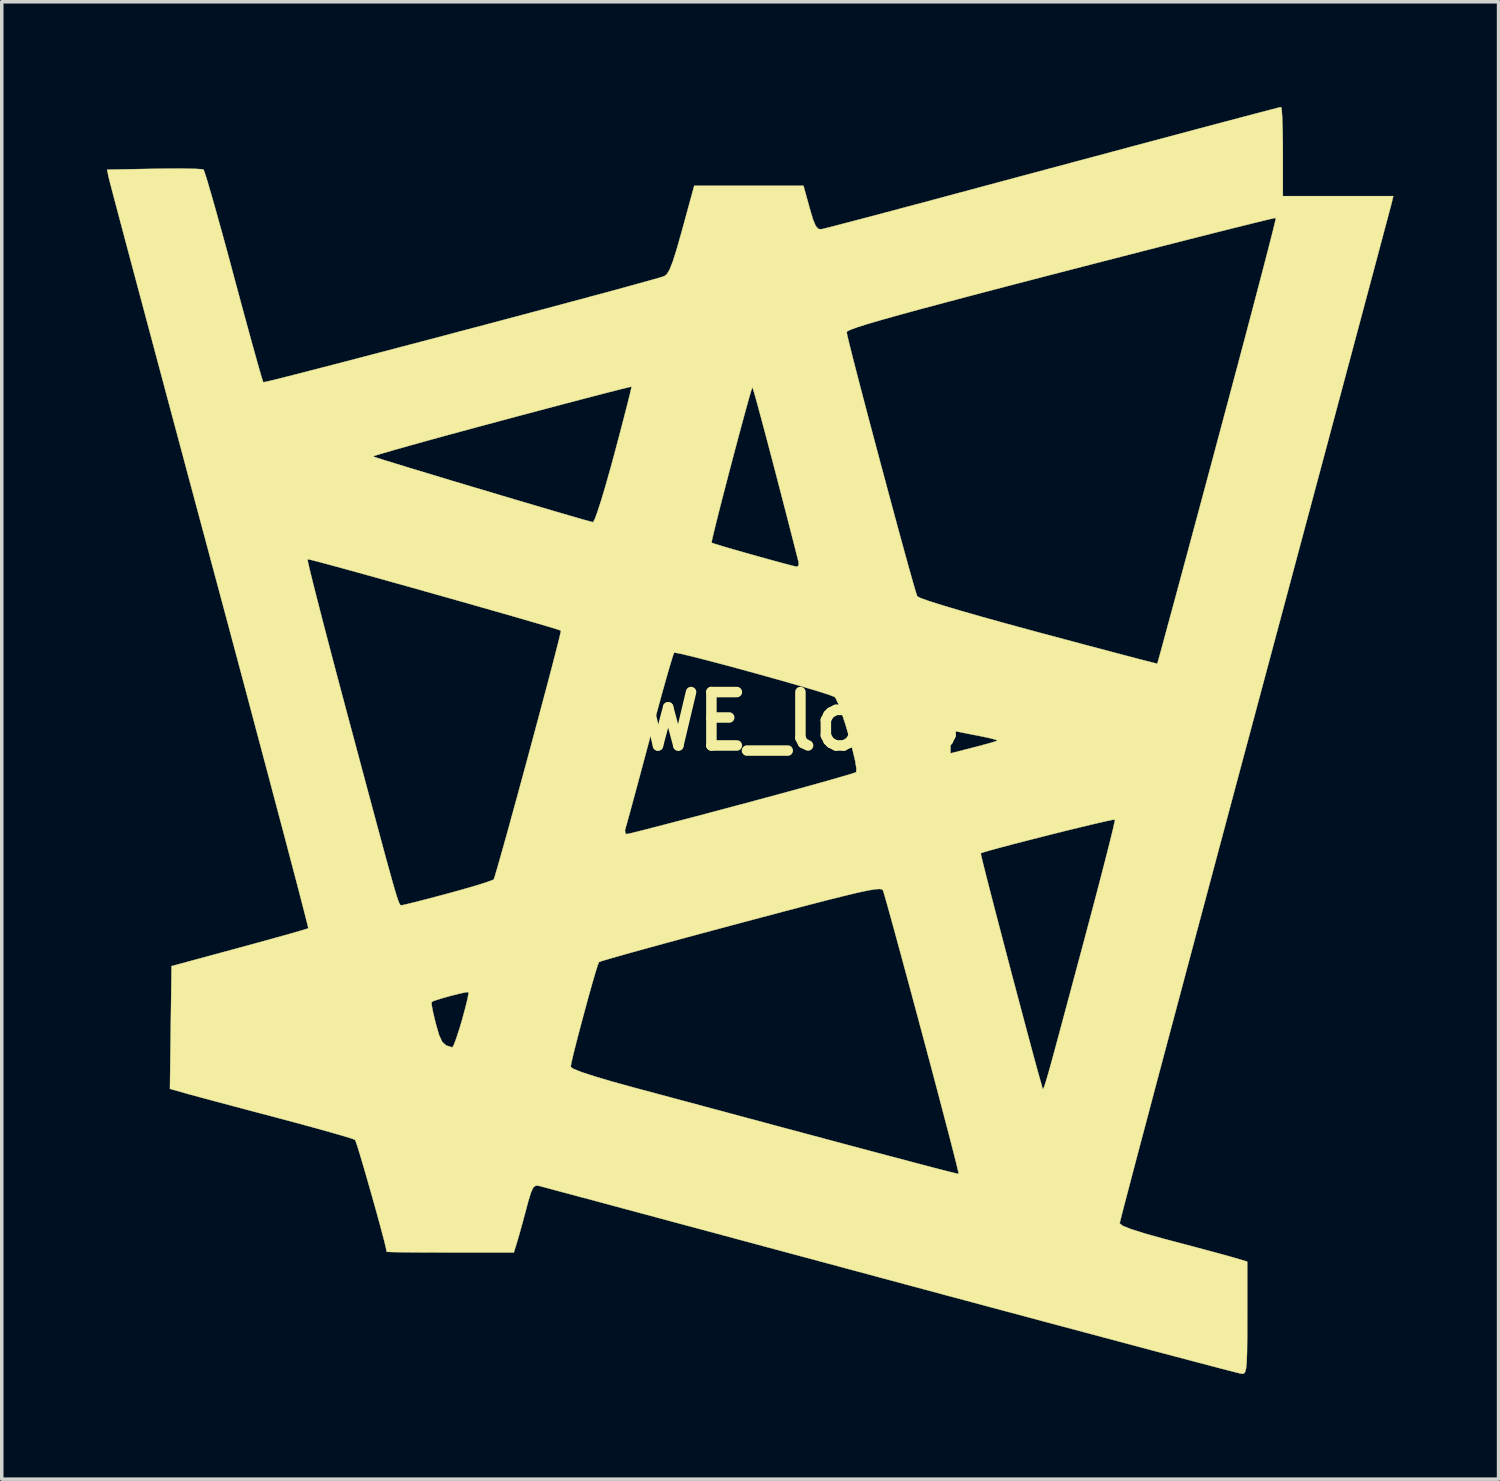
<source format=kicad_pcb>
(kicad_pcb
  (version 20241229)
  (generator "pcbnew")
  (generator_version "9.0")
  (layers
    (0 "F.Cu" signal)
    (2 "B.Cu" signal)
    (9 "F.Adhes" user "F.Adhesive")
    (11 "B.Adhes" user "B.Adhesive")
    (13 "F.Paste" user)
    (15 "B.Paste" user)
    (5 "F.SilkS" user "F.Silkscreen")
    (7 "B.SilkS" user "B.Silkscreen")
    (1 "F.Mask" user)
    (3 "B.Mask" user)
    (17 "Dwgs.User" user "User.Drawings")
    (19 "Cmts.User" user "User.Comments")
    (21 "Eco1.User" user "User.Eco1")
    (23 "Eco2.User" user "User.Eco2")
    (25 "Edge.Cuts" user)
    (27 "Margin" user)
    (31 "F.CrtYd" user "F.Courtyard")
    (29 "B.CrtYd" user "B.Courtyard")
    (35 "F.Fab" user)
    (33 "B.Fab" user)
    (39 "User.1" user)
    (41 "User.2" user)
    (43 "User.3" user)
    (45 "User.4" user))
  (footprint "WE_logo"
    (layer "F.Cu")
    (at 19.752 17.531)
    (property "Reference" "WE_logo" (at 0 0 0) (layer "F.SilkS") (effects (font (size 1.524 1.524) (thickness 0.3))))
    (attr through_hole)
    (fp_poly (pts (xy 13.769 -17.446) (xy 13.783 -17.226) (xy 13.794 -16.896) (xy 13.8 -16.484) (xy 13.801 -16.256) (xy 13.801 -14.986) (xy 16.952 -14.986) (xy 16.896 -14.753) (xy 16.868 -14.648) (xy 16.799 -14.387) (xy 16.69 -13.98) (xy 16.545 -13.435) (xy 16.365 -12.759) (xy 16.152 -11.963) (xy 15.909 -11.053) (xy 15.638 -10.039) (xy 15.341 -8.929) (xy 15.021 -7.732) (xy 14.679 -6.455) (xy 14.318 -5.107) (xy 13.941 -3.697) (xy 13.549 -2.234) (xy 13.145 -0.725) (xy 12.992 -0.153) (xy 12.584 1.369) (xy 12.189 2.847) (xy 11.808 4.274) (xy 11.443 5.64) (xy 11.097 6.937) (xy 10.772 8.158) (xy 10.469 9.294) (xy 10.192 10.335) (xy 9.943 11.276) (xy 9.723 12.105) (xy 9.535 12.817) (xy 9.382 13.401) (xy 9.264 13.85) (xy 9.186 14.155) (xy 9.148 14.309) (xy 9.144 14.325) (xy 9.226 14.392) (xy 9.468 14.489) (xy 9.863 14.614) (xy 10.404 14.765) (xy 10.562 14.807) (xy 11.062 14.939) (xy 11.534 15.065) (xy 11.943 15.175) (xy 12.251 15.26) (xy 12.383 15.297) (xy 12.785 15.416) (xy 12.785 17.021) (xy 12.784 17.581) (xy 12.779 17.994) (xy 12.769 18.281) (xy 12.751 18.465) (xy 12.723 18.568) (xy 12.684 18.611) (xy 12.636 18.618) (xy 12.537 18.595) (xy 12.285 18.531) (xy 11.889 18.428) (xy 11.36 18.289) (xy 10.709 18.117) (xy 9.944 17.914) (xy 9.078 17.683) (xy 8.119 17.428) (xy 7.077 17.149) (xy 5.964 16.851) (xy 4.789 16.536) (xy 3.562 16.207) (xy 2.625 15.955) (xy 1.365 15.616) (xy 0.149 15.289) (xy -1.012 14.977) (xy -2.11 14.681) (xy -3.134 14.406) (xy -4.073 14.154) (xy -4.917 13.927) (xy -5.656 13.728) (xy -6.28 13.561) (xy -6.779 13.427) (xy -7.142 13.33) (xy -7.36 13.271) (xy -7.42 13.255) (xy -7.512 13.247) (xy -7.583 13.298) (xy -7.65 13.438) (xy -7.729 13.696) (xy -7.785 13.907) (xy -7.882 14.268) (xy -7.974 14.6) (xy -8.044 14.842) (xy -8.055 14.88) (xy -8.141 15.155) (xy -9.955 15.155) (xy -10.489 15.154) (xy -10.96 15.152) (xy -11.345 15.148) (xy -11.619 15.143) (xy -11.757 15.137) (xy -11.769 15.134) (xy -11.791 15.02) (xy -11.851 14.778) (xy -11.941 14.44) (xy -12.051 14.036) (xy -12.174 13.597) (xy -12.3 13.154) (xy -12.42 12.738) (xy -12.526 12.38) (xy -12.609 12.111) (xy -12.661 11.962) (xy -12.671 11.942) (xy -12.769 11.904) (xy -13.009 11.83) (xy -13.368 11.727) (xy -13.823 11.6) (xy -14.354 11.455) (xy -14.901 11.309) (xy -15.507 11.149) (xy -16.082 10.997) (xy -16.599 10.859) (xy -17.03 10.743) (xy -17.349 10.657) (xy -17.507 10.613) (xy -17.953 10.486) (xy -17.945 9.859) (xy -6.519 9.859) (xy -6.439 9.918) (xy -6.204 10.011) (xy -5.826 10.134) (xy -5.315 10.285) (xy -4.72 10.449) (xy -3.234 10.848) (xy -1.904 11.205) (xy -0.722 11.523) (xy 0.318 11.801) (xy 1.224 12.044) (xy 2.003 12.252) (xy 2.663 12.427) (xy 3.21 12.572) (xy 3.653 12.689) (xy 3.998 12.779) (xy 4.254 12.844) (xy 4.426 12.887) (xy 4.524 12.909) (xy 4.553 12.913) (xy 4.536 12.83) (xy 4.48 12.599) (xy 4.388 12.236) (xy 4.264 11.757) (xy 4.112 11.178) (xy 3.938 10.515) (xy 3.744 9.783) (xy 3.534 8.998) (xy 3.514 8.923) (xy 3.301 8.129) (xy 3.1 7.382) (xy 2.915 6.7) (xy 2.751 6.098) (xy 2.612 5.592) (xy 2.503 5.2) (xy 2.428 4.938) (xy 2.391 4.821) (xy 2.39 4.819) (xy 2.359 4.793) (xy 2.286 4.783) (xy 2.159 4.793) (xy 1.964 4.826) (xy 1.689 4.884) (xy 1.321 4.972) (xy 0.846 5.09) (xy 0.251 5.244) (xy -0.477 5.435) (xy -1.35 5.667) (xy -1.666 5.751) (xy -2.459 5.963) (xy -3.202 6.163) (xy -3.879 6.347) (xy -4.473 6.51) (xy -4.969 6.648) (xy -5.351 6.757) (xy -5.603 6.831) (xy -5.709 6.867) (xy -5.711 6.868) (xy -5.749 6.963) (xy -5.819 7.189) (xy -5.914 7.515) (xy -6.024 7.908) (xy -6.14 8.336) (xy -6.255 8.766) (xy -6.359 9.166) (xy -6.444 9.503) (xy -6.5 9.746) (xy -6.519 9.859) (xy -17.945 9.859) (xy -17.93 8.735) (xy -17.92 8.008) (xy -10.489 8.008) (xy -10.485 8.098) (xy -10.445 8.308) (xy -10.376 8.595) (xy -10.367 8.63) (xy -10.274 8.952) (xy -10.185 9.145) (xy -10.071 9.249) (xy -9.908 9.301) (xy -9.897 9.304) (xy -9.853 9.232) (xy -9.778 9.032) (xy -9.683 8.738) (xy -9.623 8.536) (xy -9.531 8.198) (xy -9.464 7.928) (xy -9.432 7.761) (xy -9.433 7.726) (xy -9.521 7.733) (xy -9.716 7.775) (xy -9.965 7.839) (xy -10.213 7.909) (xy -10.407 7.971) (xy -10.489 8.008) (xy -17.92 8.008) (xy -17.907 6.985) (xy -15.971 6.46) (xy -15.425 6.311) (xy -14.937 6.176) (xy -14.529 6.062) (xy -14.223 5.974) (xy -14.044 5.92) (xy -14.005 5.905) (xy -14.023 5.822) (xy -14.083 5.584) (xy -14.181 5.202) (xy -14.315 4.686) (xy -14.484 4.045) (xy -14.683 3.288) (xy -14.912 2.426) (xy -15.166 1.468) (xy -15.444 0.424) (xy -15.742 -0.697) (xy -16.059 -1.885) (xy -16.392 -3.13) (xy -16.739 -4.422) (xy -16.794 -4.627) (xy -14.028 -4.627) (xy -14.014 -4.54) (xy -13.96 -4.305) (xy -13.869 -3.936) (xy -13.745 -3.449) (xy -13.593 -2.858) (xy -13.416 -2.179) (xy -13.218 -1.425) (xy -13.002 -0.613) (xy -12.869 -0.114) (xy -12.583 0.953) (xy -12.338 1.869) (xy -12.13 2.644) (xy -11.956 3.291) (xy -11.813 3.821) (xy -11.696 4.245) (xy -11.604 4.576) (xy -11.532 4.825) (xy -11.478 5.003) (xy -11.437 5.123) (xy -11.407 5.196) (xy -11.385 5.234) (xy -11.367 5.248) (xy -11.349 5.249) (xy -11.344 5.249) (xy -11.24 5.228) (xy -11.003 5.17) (xy -10.664 5.083) (xy -10.251 4.975) (xy -10.024 4.914) (xy -9.587 4.793) (xy -9.209 4.683) (xy -8.919 4.592) (xy -8.748 4.529) (xy -8.716 4.512) (xy -8.684 4.422) (xy -8.615 4.19) (xy -8.514 3.836) (xy -8.494 3.765) (xy 5.181 3.765) (xy 5.197 3.848) (xy 5.252 4.074) (xy 5.339 4.421) (xy 5.454 4.868) (xy 5.59 5.395) (xy 5.743 5.98) (xy 5.906 6.603) (xy 6.074 7.243) (xy 6.242 7.877) (xy 6.404 8.486) (xy 6.554 9.049) (xy 6.687 9.543) (xy 6.798 9.949) (xy 6.881 10.246) (xy 6.918 10.372) (xy 6.93 10.421) (xy 6.939 10.464) (xy 6.949 10.489) (xy 6.965 10.482) (xy 6.989 10.432) (xy 7.026 10.324) (xy 7.079 10.147) (xy 7.153 9.887) (xy 7.251 9.531) (xy 7.376 9.068) (xy 7.533 8.483) (xy 7.726 7.764) (xy 7.958 6.898) (xy 8.037 6.605) (xy 8.242 5.836) (xy 8.432 5.119) (xy 8.602 4.469) (xy 8.748 3.903) (xy 8.866 3.437) (xy 8.952 3.087) (xy 9.001 2.87) (xy 9.011 2.802) (xy 8.925 2.814) (xy 8.703 2.861) (xy 8.373 2.938) (xy 7.964 3.036) (xy 7.503 3.149) (xy 7.019 3.271) (xy 6.539 3.393) (xy 6.091 3.508) (xy 5.704 3.611) (xy 5.405 3.693) (xy 5.223 3.748) (xy 5.181 3.765) (xy -8.494 3.765) (xy -8.386 3.381) (xy -8.31 3.108) (xy -4.971 3.108) (xy -4.956 3.205) (xy -4.916 3.217) (xy -4.815 3.196) (xy -4.569 3.136) (xy -4.196 3.04) (xy -3.714 2.915) (xy -3.141 2.765) (xy -2.496 2.595) (xy -1.797 2.408) (xy -1.626 2.363) (xy -0.918 2.172) (xy -0.262 1.994) (xy 0.325 1.832) (xy 0.825 1.692) (xy 1.219 1.579) (xy 1.49 1.499) (xy 1.619 1.455) (xy 1.627 1.451) (xy 1.634 1.347) (xy 1.596 1.12) (xy 1.523 0.81) (xy 1.462 0.582) (xy 4.318 0.582) (xy 4.318 0.914) (xy 4.974 0.746) (xy 5.284 0.664) (xy 5.522 0.597) (xy 5.649 0.556) (xy 5.658 0.55) (xy 5.598 0.521) (xy 5.414 0.474) (xy 5.193 0.427) (xy 4.889 0.368) (xy 4.628 0.316) (xy 4.508 0.291) (xy 4.386 0.283) (xy 4.331 0.356) (xy 4.318 0.553) (xy 4.318 0.582) (xy 1.462 0.582) (xy 1.428 0.454) (xy 1.321 0.09) (xy 1.212 -0.244) (xy 1.113 -0.51) (xy 1.035 -0.67) (xy 1.011 -0.696) (xy 0.885 -0.746) (xy 0.628 -0.83) (xy 0.266 -0.94) (xy -0.176 -1.069) (xy -0.673 -1.21) (xy -1.199 -1.357) (xy -1.729 -1.503) (xy -2.236 -1.639) (xy -2.697 -1.76) (xy -3.085 -1.858) (xy -3.374 -1.927) (xy -3.54 -1.958) (xy -3.568 -1.958) (xy -3.603 -1.866) (xy -3.675 -1.63) (xy -3.779 -1.272) (xy -3.908 -0.813) (xy -4.056 -0.271) (xy -4.219 0.33) (xy -4.276 0.546) (xy -4.442 1.167) (xy -4.595 1.738) (xy -4.73 2.237) (xy -4.84 2.642) (xy -4.921 2.934) (xy -4.965 3.09) (xy -4.971 3.108) (xy -8.31 3.108) (xy -8.238 2.845) (xy -8.074 2.248) (xy -7.9 1.611) (xy -7.722 0.954) (xy -7.545 0.297) (xy -7.375 -0.34) (xy -7.216 -0.935) (xy -7.075 -1.469) (xy -6.958 -1.922) (xy -6.868 -2.273) (xy -6.813 -2.502) (xy -6.797 -2.588) (xy -6.797 -2.588) (xy -6.89 -2.621) (xy -7.123 -2.692) (xy -7.479 -2.797) (xy -7.935 -2.93) (xy -8.473 -3.085) (xy -9.073 -3.256) (xy -9.713 -3.438) (xy -10.375 -3.625) (xy -11.038 -3.812) (xy -11.682 -3.992) (xy -12.287 -4.161) (xy -12.833 -4.312) (xy -13.3 -4.44) (xy -13.667 -4.539) (xy -13.916 -4.603) (xy -14.025 -4.627) (xy -14.028 -4.627) (xy -16.794 -4.627) (xy -16.814 -4.703) (xy -16.919 -5.096) (xy -2.499 -5.096) (xy -2.413 -5.065) (xy -2.198 -4.999) (xy -1.89 -4.909) (xy -1.524 -4.804) (xy -1.136 -4.695) (xy -0.76 -4.591) (xy -0.431 -4.502) (xy -0.186 -4.438) (xy -0.059 -4.409) (xy -0.054 -4.408) (xy -0.009 -4.47) (xy -0.018 -4.551) (xy -0.22 -5.342) (xy -0.418 -6.112) (xy -0.608 -6.845) (xy -0.785 -7.523) (xy -0.945 -8.13) (xy -1.084 -8.65) (xy -1.196 -9.064) (xy -1.278 -9.357) (xy -1.325 -9.511) (xy -1.334 -9.531) (xy -1.366 -9.442) (xy -1.432 -9.217) (xy -1.525 -8.88) (xy -1.64 -8.458) (xy -1.769 -7.978) (xy -1.905 -7.464) (xy -2.042 -6.942) (xy -2.172 -6.439) (xy -2.29 -5.98) (xy -2.387 -5.592) (xy -2.458 -5.299) (xy -2.496 -5.129) (xy -2.499 -5.096) (xy -16.919 -5.096) (xy -17.164 -6.009) (xy -17.503 -7.272) (xy -17.579 -7.558) (xy -12.158 -7.558) (xy -12.073 -7.527) (xy -11.847 -7.455) (xy -11.501 -7.349) (xy -11.058 -7.213) (xy -10.538 -7.056) (xy -9.964 -6.882) (xy -9.356 -6.7) (xy -8.736 -6.515) (xy -8.127 -6.333) (xy -7.548 -6.162) (xy -7.023 -6.007) (xy -6.572 -5.875) (xy -6.217 -5.772) (xy -5.98 -5.706) (xy -5.882 -5.681) (xy -5.836 -5.757) (xy -5.756 -5.974) (xy -5.647 -6.31) (xy -5.518 -6.743) (xy -5.375 -7.25) (xy -5.28 -7.599) (xy -5.136 -8.142) (xy -5.009 -8.628) (xy -4.905 -9.033) (xy -4.829 -9.336) (xy -4.788 -9.512) (xy -4.783 -9.548) (xy -4.866 -9.531) (xy -5.096 -9.475) (xy -5.457 -9.383) (xy -5.932 -9.26) (xy -6.505 -9.11) (xy -7.159 -8.937) (xy -7.879 -8.746) (xy -8.496 -8.581) (xy -9.255 -8.377) (xy -9.96 -8.186) (xy -10.594 -8.012) (xy -11.143 -7.859) (xy -11.589 -7.733) (xy -11.917 -7.638) (xy -12.111 -7.578) (xy -12.158 -7.558) (xy -17.579 -7.558) (xy -17.827 -8.482) (xy -18.134 -9.63) (xy -18.421 -10.704) (xy -18.686 -11.697) (xy -18.927 -12.597) (xy -19.14 -13.395) (xy -19.322 -14.08) (xy -19.472 -14.644) (xy -19.586 -15.076) (xy -19.662 -15.365) (xy -19.697 -15.503) (xy -19.699 -15.511) (xy -19.747 -15.74) (xy -18.404 -15.765) (xy -17.942 -15.771) (xy -17.541 -15.77) (xy -17.23 -15.764) (xy -17.039 -15.752) (xy -16.996 -15.743) (xy -16.96 -15.653) (xy -16.886 -15.417) (xy -16.78 -15.056) (xy -16.646 -14.585) (xy -16.49 -14.026) (xy -16.317 -13.395) (xy -16.133 -12.712) (xy -16.132 -12.705) (xy -15.948 -12.022) (xy -15.777 -11.391) (xy -15.624 -10.832) (xy -15.493 -10.362) (xy -15.391 -10) (xy -15.321 -9.764) (xy -15.29 -9.674) (xy -15.29 -9.674) (xy -15.206 -9.69) (xy -14.973 -9.745) (xy -14.61 -9.836) (xy -14.131 -9.958) (xy -13.553 -10.108) (xy -12.891 -10.279) (xy -12.162 -10.47) (xy -11.382 -10.675) (xy -10.566 -10.889) (xy -9.745 -11.106) (xy 1.355 -11.106) (xy 1.376 -10.997) (xy 1.437 -10.745) (xy 1.531 -10.37) (xy 1.654 -9.892) (xy 1.8 -9.333) (xy 1.963 -8.712) (xy 2.139 -8.049) (xy 2.321 -7.365) (xy 2.505 -6.68) (xy 2.684 -6.015) (xy 2.853 -5.389) (xy 3.008 -4.824) (xy 3.142 -4.339) (xy 3.251 -3.954) (xy 3.328 -3.691) (xy 3.368 -3.569) (xy 3.37 -3.565) (xy 3.466 -3.516) (xy 3.712 -3.428) (xy 4.096 -3.307) (xy 4.602 -3.156) (xy 5.218 -2.98) (xy 5.93 -2.782) (xy 6.725 -2.566) (xy 6.819 -2.54) (xy 7.546 -2.346) (xy 8.22 -2.166) (xy 8.824 -2.006) (xy 9.341 -1.869) (xy 9.754 -1.761) (xy 10.046 -1.686) (xy 10.199 -1.648) (xy 10.219 -1.644) (xy 10.242 -1.726) (xy 10.307 -1.958) (xy 10.408 -2.33) (xy 10.543 -2.827) (xy 10.709 -3.438) (xy 10.901 -4.15) (xy 11.117 -4.952) (xy 11.353 -5.829) (xy 11.606 -6.77) (xy 11.872 -7.763) (xy 11.934 -7.995) (xy 12.202 -8.998) (xy 12.457 -9.953) (xy 12.695 -10.847) (xy 12.912 -11.668) (xy 13.105 -12.404) (xy 13.272 -13.041) (xy 13.408 -13.568) (xy 13.511 -13.972) (xy 13.577 -14.24) (xy 13.603 -14.359) (xy 13.603 -14.365) (xy 13.519 -14.349) (xy 13.283 -14.294) (xy 12.909 -14.202) (xy 12.409 -14.078) (xy 11.797 -13.924) (xy 11.084 -13.743) (xy 10.285 -13.539) (xy 9.411 -13.315) (xy 8.476 -13.074) (xy 7.492 -12.82) (xy 7.464 -12.813) (xy 6.248 -12.497) (xy 5.187 -12.22) (xy 4.276 -11.979) (xy 3.504 -11.773) (xy 2.865 -11.598) (xy 2.35 -11.454) (xy 1.951 -11.337) (xy 1.661 -11.245) (xy 1.471 -11.176) (xy 1.373 -11.128) (xy 1.355 -11.106) (xy -9.745 -11.106) (xy -9.731 -11.11) (xy -8.893 -11.332) (xy -8.068 -11.551) (xy -7.272 -11.763) (xy -6.52 -11.965) (xy -5.83 -12.15) (xy -5.216 -12.316) (xy -4.696 -12.459) (xy -4.284 -12.573) (xy -3.998 -12.654) (xy -3.853 -12.699) (xy -3.852 -12.699) (xy -3.776 -12.757) (xy -3.697 -12.888) (xy -3.607 -13.114) (xy -3.498 -13.457) (xy -3.361 -13.94) (xy -3.338 -14.022) (xy -2.994 -15.282) (xy 0.123 -15.282) (xy 0.298 -14.647) (xy 0.394 -14.323) (xy 0.471 -14.135) (xy 0.546 -14.05) (xy 0.636 -14.041) (xy 0.639 -14.041) (xy 0.755 -14.069) (xy 1.016 -14.136) (xy 1.404 -14.237) (xy 1.899 -14.367) (xy 2.484 -14.522) (xy 3.14 -14.697) (xy 3.848 -14.886) (xy 4.064 -14.944) (xy 5.683 -15.379) (xy 7.142 -15.77) (xy 8.445 -16.119) (xy 9.595 -16.427) (xy 10.597 -16.694) (xy 11.453 -16.923) (xy 12.169 -17.113) (xy 12.746 -17.266) (xy 13.19 -17.383) (xy 13.503 -17.465) (xy 13.689 -17.512) (xy 13.752 -17.526) (xy 13.769 -17.446)) (stroke (width 0.01) (type solid)) (fill yes) (layer "F.SilkS")))
  (gr_rect
    (start -3 -3)
    (end 39.708 39.154)
    (stroke (width 0.1) (type default))
    (fill no)
    (layer "Edge.Cuts")))
</source>
